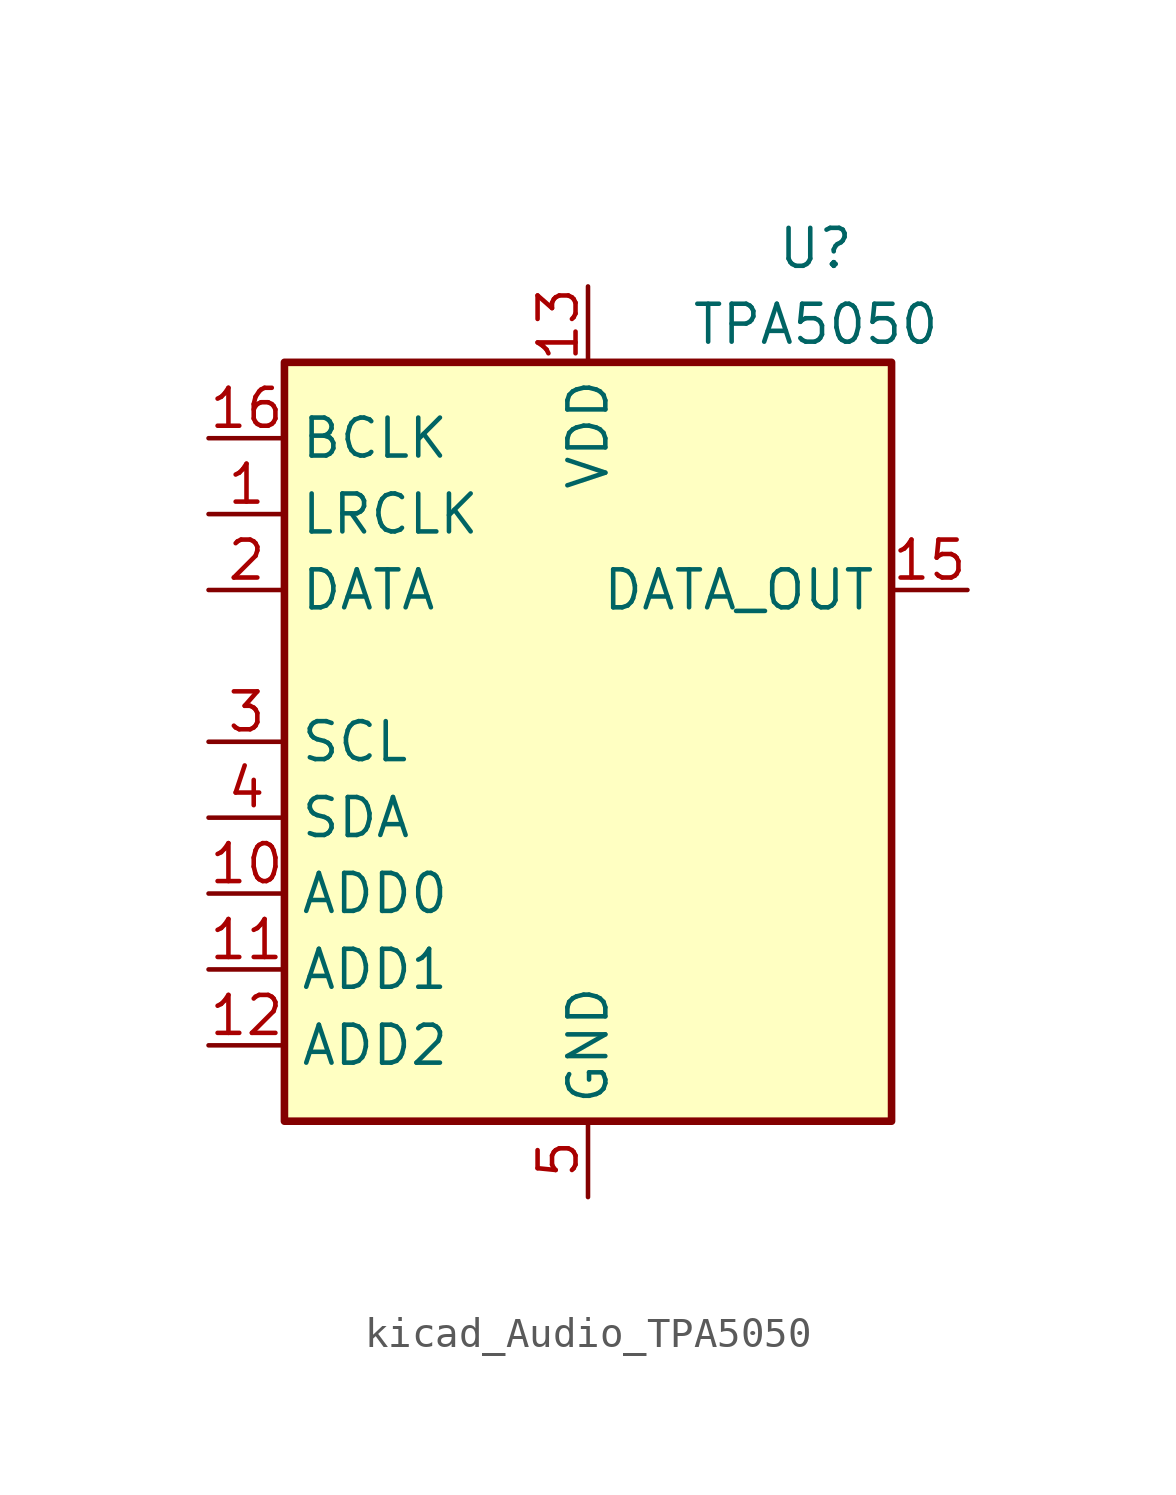
<source format=kicad_sym>
(kicad_symbol_lib
  (version 20220914)
  (generator kicad_symbol_editor)
  (symbol "kicad_Audio_TPA5050"
    (property "Reference" "U"
      (at 7.62 16.51 0)
      (effects (font (size 1.27 1.27))))
    (property "Value" "TPA5050"
      (at 7.62 13.97 0)
      (effects (font (size 1.27 1.27))))
    (symbol "kicad_Audio_TPA5050_0_1"
      (rectangle (start -10.16 12.7) (end 10.16 -12.7) (stroke (width 0.254) (type default)) (fill (type background))))
    (symbol "kicad_Audio_TPA5050_1_1"
      (pin input line (at -12.7 7.62 0) (length 2.54) (name "LRCLK" (effects (font (size 1.27 1.27)))) (number "1" (effects (font (size 1.27 1.27)))))
      (pin input line (at -12.7 -5.08 0) (length 2.54) (name "ADD0" (effects (font (size 1.27 1.27)))) (number "10" (effects (font (size 1.27 1.27)))))
      (pin input line (at -12.7 -7.62 0) (length 2.54) (name "ADD1" (effects (font (size 1.27 1.27)))) (number "11" (effects (font (size 1.27 1.27)))))
      (pin input line (at -12.7 -10.16 0) (length 2.54) (name "ADD2" (effects (font (size 1.27 1.27)))) (number "12" (effects (font (size 1.27 1.27)))))
      (pin power_in line (at 0 15.24 270) (length 2.54) (name "VDD" (effects (font (size 1.27 1.27)))) (number "13" (effects (font (size 1.27 1.27)))))
      (pin passive line (at 0 -15.24 90) (length 2.54) hide (name "GND" (effects (font (size 1.27 1.27)))) (number "14" (effects (font (size 1.27 1.27)))))
      (pin output line (at 12.7 5.08 180) (length 2.54) (name "DATA_OUT" (effects (font (size 1.27 1.27)))) (number "15" (effects (font (size 1.27 1.27)))))
      (pin input line (at -12.7 10.16 0) (length 2.54) (name "BCLK" (effects (font (size 1.27 1.27)))) (number "16" (effects (font (size 1.27 1.27)))))
      (pin passive line (at 0 -15.24 90) (length 2.54) hide (name "GND" (effects (font (size 1.27 1.27)))) (number "17" (effects (font (size 1.27 1.27)))))
      (pin input line (at -12.7 5.08 0) (length 2.54) (name "DATA" (effects (font (size 1.27 1.27)))) (number "2" (effects (font (size 1.27 1.27)))))
      (pin input line (at -12.7 0 0) (length 2.54) (name "SCL" (effects (font (size 1.27 1.27)))) (number "3" (effects (font (size 1.27 1.27)))))
      (pin bidirectional line (at -12.7 -2.54 0) (length 2.54) (name "SDA" (effects (font (size 1.27 1.27)))) (number "4" (effects (font (size 1.27 1.27)))))
      (pin power_in line (at 0 -15.24 90) (length 2.54) (name "GND" (effects (font (size 1.27 1.27)))) (number "5" (effects (font (size 1.27 1.27)))))
      (pin passive line (at 0 -15.24 90) (length 2.54) hide (name "GND" (effects (font (size 1.27 1.27)))) (number "6" (effects (font (size 1.27 1.27)))))
      (pin passive line (at 0 -15.24 90) (length 2.54) hide (name "GND" (effects (font (size 1.27 1.27)))) (number "7" (effects (font (size 1.27 1.27)))))
      (pin passive line (at 0 -15.24 90) (length 2.54) hide (name "GND" (effects (font (size 1.27 1.27)))) (number "8" (effects (font (size 1.27 1.27)))))
      (pin passive line (at 0 -15.24 90) (length 2.54) hide (name "GND" (effects (font (size 1.27 1.27)))) (number "9" (effects (font (size 1.27 1.27))))))))
</source>
